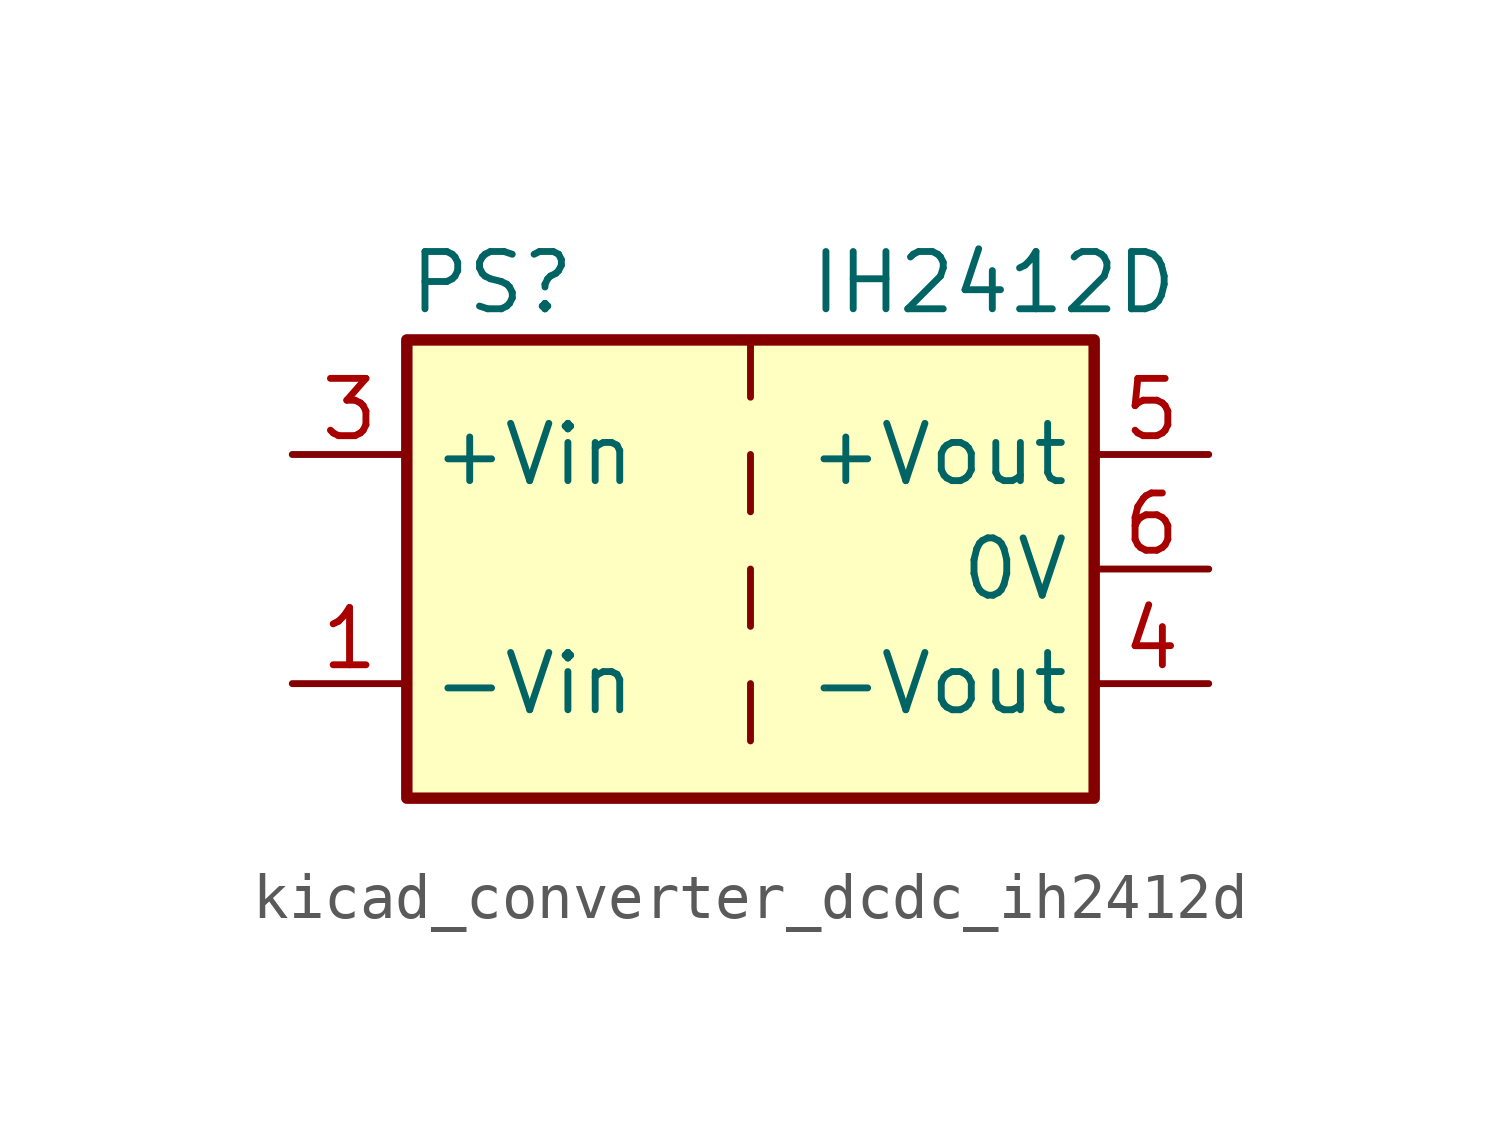
<source format=kicad_sym>
(kicad_symbol_lib
  (version 20220914)
  (generator kicad_symbol_editor)
  (symbol "kicad_converter_dcdc_ih2412d"
    (property "Reference" "PS"
      (at -7.62 6.35 0)
      (effects (font (size 1.27 1.27)) (justify left)))
    (property "Value" "IH2412D"
      (at 1.27 6.35 0)
      (effects (font (size 1.27 1.27)) (justify left)))
    (symbol "kicad_converter_dcdc_ih2412d_0_0"
      (pin power_in line (at -10.16 -2.54 0) (length 2.54) (name "-Vin" (effects (font (size 1.27 1.27)))) (number "1" (effects (font (size 1.27 1.27)))))
      (pin power_in line (at -10.16 2.54 0) (length 2.54) (name "+Vin" (effects (font (size 1.27 1.27)))) (number "3" (effects (font (size 1.27 1.27)))))
      (pin power_out line (at 10.16 -2.54 180) (length 2.54) (name "-Vout" (effects (font (size 1.27 1.27)))) (number "4" (effects (font (size 1.27 1.27)))))
      (pin power_out line (at 10.16 2.54 180) (length 2.54) (name "+Vout" (effects (font (size 1.27 1.27)))) (number "5" (effects (font (size 1.27 1.27)))))
      (pin power_out line (at 10.16 0 180) (length 2.54) (name "0V" (effects (font (size 1.27 1.27)))) (number "6" (effects (font (size 1.27 1.27))))))
    (symbol "kicad_converter_dcdc_ih2412d_0_1"
      (rectangle (start -7.62 5.08) (end 7.62 -5.08) (stroke (width 0.254) (type default)) (fill (type background)))
      (polyline (pts (xy 0 -2.54) (xy 0 -3.81)) (stroke (width 0) (type default)) (fill (type none)))
      (polyline (pts (xy 0 0) (xy 0 -1.27)) (stroke (width 0) (type default)) (fill (type none)))
      (polyline (pts (xy 0 2.54) (xy 0 1.27)) (stroke (width 0) (type default)) (fill (type none)))
      (polyline (pts (xy 0 5.08) (xy 0 3.81)) (stroke (width 0) (type default)) (fill (type none))))
    (symbol "kicad_converter_dcdc_ih2412d_1_1"
      (pin no_connect line (at 0 -5.08 90) (length 2.54) hide (name "NC" (effects (font (size 1.27 1.27)))) (number "2" (effects (font (size 1.27 1.27))))))))
</source>
